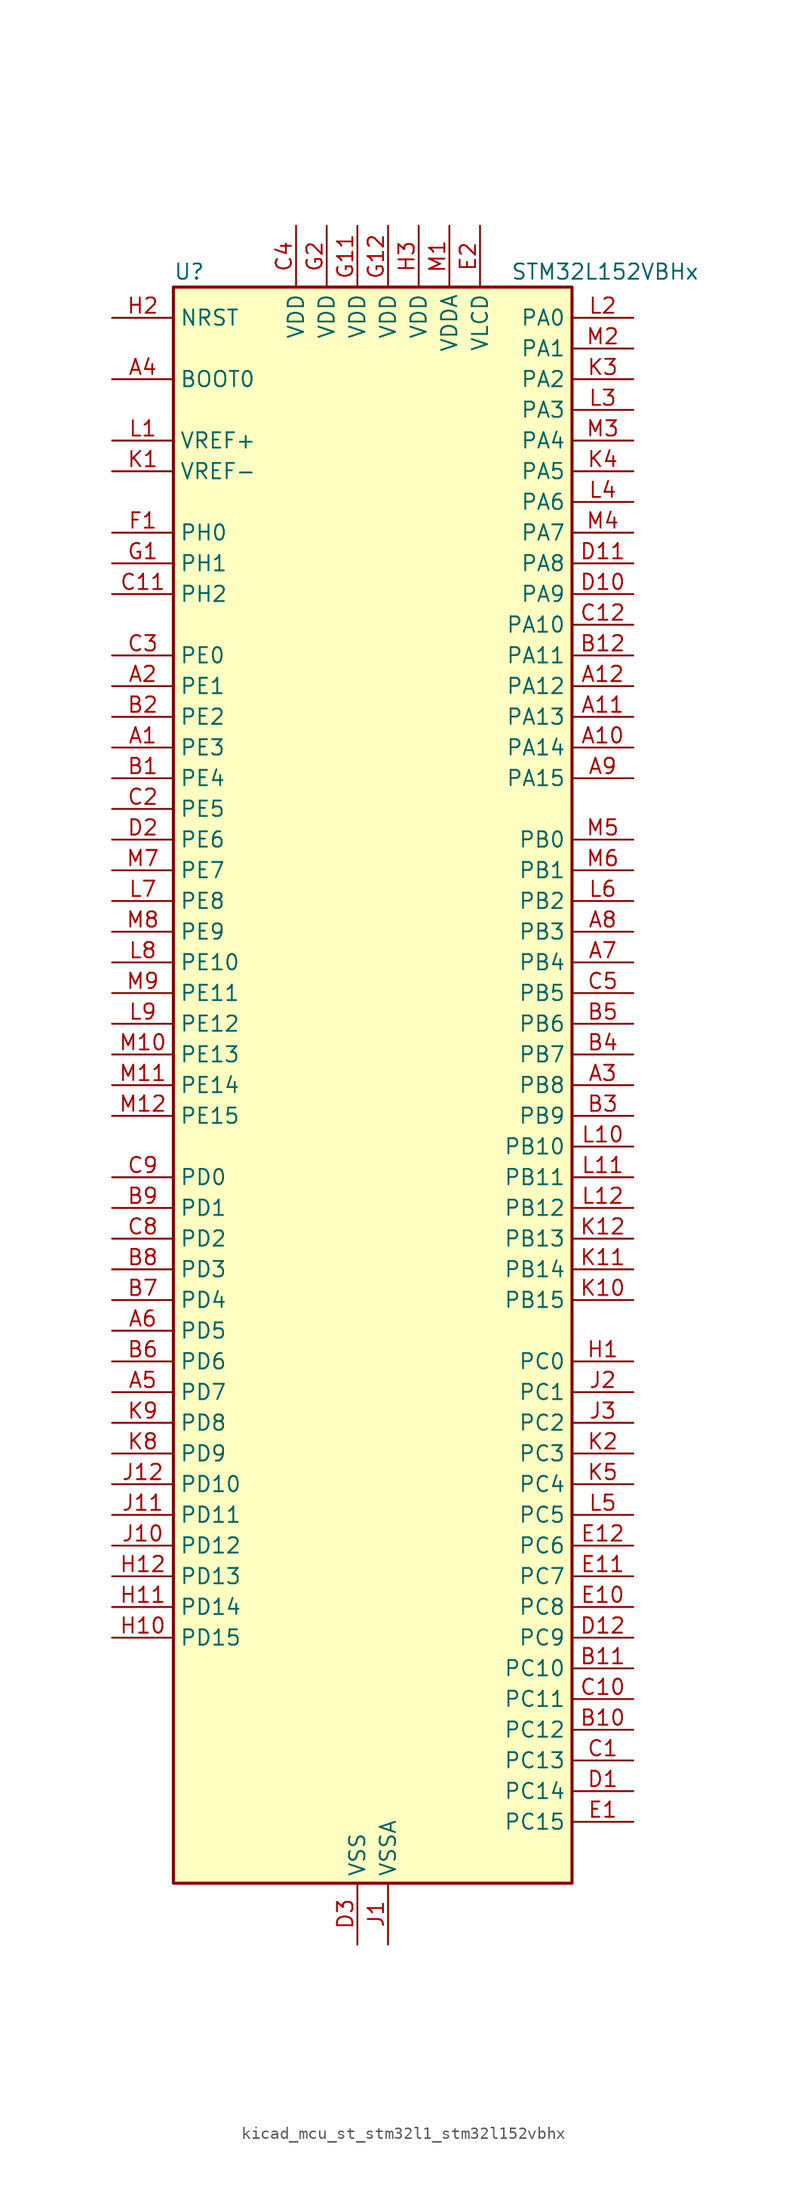
<source format=kicad_sym>
(kicad_symbol_lib
  (version 20220914)
  (generator kicad_symbol_editor)
  (symbol "kicad_mcu_st_stm32l1_stm32l152vbhx"
    (property "Reference" "U"
      (at -15.24 67.31 0)
      (effects (font (size 1.27 1.27)) (justify left)))
    (property "Value" "STM32L152VBHx"
      (at 12.7 67.31 0)
      (effects (font (size 1.27 1.27)) (justify left)))
    (property "ki_locked" ""
      (at 0 0 0)
      (effects (font (size 1.27 1.27))))
    (symbol "kicad_mcu_st_stm32l1_stm32l152vbhx_0_1"
      (rectangle (start -15.24 -66.04) (end 17.78 66.04) (stroke (width 0.254) (type default)) (fill (type background))))
    (symbol "kicad_mcu_st_stm32l1_stm32l152vbhx_1_1"
      (pin bidirectional line (at -20.32 27.94 0) (length 5.08) (name "PE3" (effects (font (size 1.27 1.27)))) (number "A1" (effects (font (size 1.27 1.27)))) (alternate "LCD_SEG39" bidirectional line) (alternate "SYS_TRACED0" bidirectional line) (alternate "TIM3_CH1" bidirectional line) (alternate "TIMX_IC4" bidirectional line))
      (pin bidirectional line (at 22.86 27.94 180) (length 5.08) (name "PA14" (effects (font (size 1.27 1.27)))) (number "A10" (effects (font (size 1.27 1.27)))) (alternate "SYS_JTCK-SWCLK" bidirectional line) (alternate "TIMX_IC3" bidirectional line) (alternate "TS_G5_IO2" bidirectional line))
      (pin bidirectional line (at 22.86 30.48 180) (length 5.08) (name "PA13" (effects (font (size 1.27 1.27)))) (number "A11" (effects (font (size 1.27 1.27)))) (alternate "SYS_JTMS-SWDIO" bidirectional line) (alternate "TIMX_IC2" bidirectional line) (alternate "TS_G5_IO1" bidirectional line))
      (pin bidirectional line (at 22.86 33.02 180) (length 5.08) (name "PA12" (effects (font (size 1.27 1.27)))) (number "A12" (effects (font (size 1.27 1.27)))) (alternate "SPI1_MOSI" bidirectional line) (alternate "TIMX_IC1" bidirectional line) (alternate "USART1_RTS" bidirectional line) (alternate "USB_DP" bidirectional line))
      (pin bidirectional line (at -20.32 33.02 0) (length 5.08) (name "PE1" (effects (font (size 1.27 1.27)))) (number "A2" (effects (font (size 1.27 1.27)))) (alternate "LCD_SEG37" bidirectional line) (alternate "TIM11_CH1" bidirectional line) (alternate "TIMX_IC2" bidirectional line))
      (pin bidirectional line (at 22.86 0 180) (length 5.08) (name "PB8" (effects (font (size 1.27 1.27)))) (number "A3" (effects (font (size 1.27 1.27)))) (alternate "I2C1_SCL" bidirectional line) (alternate "LCD_SEG16" bidirectional line) (alternate "TIM10_CH1" bidirectional line) (alternate "TIM4_CH3" bidirectional line))
      (pin input line (at -20.32 58.42 0) (length 5.08) (name "BOOT0" (effects (font (size 1.27 1.27)))) (number "A4" (effects (font (size 1.27 1.27)))))
      (pin bidirectional line (at -20.32 -25.4 0) (length 5.08) (name "PD7" (effects (font (size 1.27 1.27)))) (number "A5" (effects (font (size 1.27 1.27)))) (alternate "TIM9_CH2" bidirectional line) (alternate "TIMX_IC4" bidirectional line) (alternate "USART2_CK" bidirectional line))
      (pin bidirectional line (at -20.32 -20.32 0) (length 5.08) (name "PD5" (effects (font (size 1.27 1.27)))) (number "A6" (effects (font (size 1.27 1.27)))) (alternate "TIMX_IC2" bidirectional line) (alternate "USART2_TX" bidirectional line))
      (pin bidirectional line (at 22.86 10.16 180) (length 5.08) (name "PB4" (effects (font (size 1.27 1.27)))) (number "A7" (effects (font (size 1.27 1.27)))) (alternate "COMP2_INP" bidirectional line) (alternate "LCD_SEG8" bidirectional line) (alternate "SPI1_MISO" bidirectional line) (alternate "SYS_JTRST" bidirectional line) (alternate "TIM3_CH1" bidirectional line) (alternate "TS_G6_IO1" bidirectional line))
      (pin bidirectional line (at 22.86 12.7 180) (length 5.08) (name "PB3" (effects (font (size 1.27 1.27)))) (number "A8" (effects (font (size 1.27 1.27)))) (alternate "COMP2_INM" bidirectional line) (alternate "LCD_SEG7" bidirectional line) (alternate "SPI1_SCK" bidirectional line) (alternate "SYS_JTDO-TRACESWO" bidirectional line) (alternate "TIM2_CH2" bidirectional line))
      (pin bidirectional line (at 22.86 25.4 180) (length 5.08) (name "PA15" (effects (font (size 1.27 1.27)))) (number "A9" (effects (font (size 1.27 1.27)))) (alternate "ADC_EXTI15" bidirectional line) (alternate "LCD_SEG17" bidirectional line) (alternate "SPI1_NSS" bidirectional line) (alternate "SYS_JTDI" bidirectional line) (alternate "TIM2_CH1" bidirectional line) (alternate "TIM2_ETR" bidirectional line) (alternate "TIMX_IC4" bidirectional line) (alternate "TS_G5_IO3" bidirectional line))
      (pin bidirectional line (at -20.32 25.4 0) (length 5.08) (name "PE4" (effects (font (size 1.27 1.27)))) (number "B1" (effects (font (size 1.27 1.27)))) (alternate "SYS_TRACED1" bidirectional line) (alternate "TIM3_CH2" bidirectional line) (alternate "TIMX_IC1" bidirectional line))
      (pin bidirectional line (at 22.86 -53.34 180) (length 5.08) (name "PC12" (effects (font (size 1.27 1.27)))) (number "B10" (effects (font (size 1.27 1.27)))) (alternate "LCD_COM6" bidirectional line) (alternate "LCD_SEG30" bidirectional line) (alternate "LCD_SEG42" bidirectional line) (alternate "TIMX_IC1" bidirectional line) (alternate "USART3_CK" bidirectional line))
      (pin bidirectional line (at 22.86 -48.26 180) (length 5.08) (name "PC10" (effects (font (size 1.27 1.27)))) (number "B11" (effects (font (size 1.27 1.27)))) (alternate "LCD_COM4" bidirectional line) (alternate "LCD_SEG28" bidirectional line) (alternate "LCD_SEG40" bidirectional line) (alternate "TIMX_IC3" bidirectional line) (alternate "USART3_TX" bidirectional line))
      (pin bidirectional line (at 22.86 35.56 180) (length 5.08) (name "PA11" (effects (font (size 1.27 1.27)))) (number "B12" (effects (font (size 1.27 1.27)))) (alternate "ADC_EXTI11" bidirectional line) (alternate "SPI1_MISO" bidirectional line) (alternate "TIMX_IC4" bidirectional line) (alternate "USART1_CTS" bidirectional line) (alternate "USB_DM" bidirectional line))
      (pin bidirectional line (at -20.32 30.48 0) (length 5.08) (name "PE2" (effects (font (size 1.27 1.27)))) (number "B2" (effects (font (size 1.27 1.27)))) (alternate "LCD_SEG38" bidirectional line) (alternate "SYS_TRACECK" bidirectional line) (alternate "TIM3_ETR" bidirectional line) (alternate "TIMX_IC3" bidirectional line))
      (pin bidirectional line (at 22.86 -2.54 180) (length 5.08) (name "PB9" (effects (font (size 1.27 1.27)))) (number "B3" (effects (font (size 1.27 1.27)))) (alternate "DAC_EXTI9" bidirectional line) (alternate "I2C1_SDA" bidirectional line) (alternate "LCD_COM3" bidirectional line) (alternate "TIM11_CH1" bidirectional line) (alternate "TIM4_CH4" bidirectional line))
      (pin bidirectional line (at 22.86 2.54 180) (length 5.08) (name "PB7" (effects (font (size 1.27 1.27)))) (number "B4" (effects (font (size 1.27 1.27)))) (alternate "I2C1_SDA" bidirectional line) (alternate "SYS_PVD_IN" bidirectional line) (alternate "TIM4_CH2" bidirectional line) (alternate "USART1_RX" bidirectional line))
      (pin bidirectional line (at 22.86 5.08 180) (length 5.08) (name "PB6" (effects (font (size 1.27 1.27)))) (number "B5" (effects (font (size 1.27 1.27)))) (alternate "I2C1_SCL" bidirectional line) (alternate "TIM4_CH1" bidirectional line) (alternate "USART1_TX" bidirectional line))
      (pin bidirectional line (at -20.32 -22.86 0) (length 5.08) (name "PD6" (effects (font (size 1.27 1.27)))) (number "B6" (effects (font (size 1.27 1.27)))) (alternate "TIMX_IC3" bidirectional line) (alternate "USART2_RX" bidirectional line))
      (pin bidirectional line (at -20.32 -17.78 0) (length 5.08) (name "PD4" (effects (font (size 1.27 1.27)))) (number "B7" (effects (font (size 1.27 1.27)))) (alternate "SPI2_MOSI" bidirectional line) (alternate "TIMX_IC1" bidirectional line) (alternate "USART2_RTS" bidirectional line))
      (pin bidirectional line (at -20.32 -15.24 0) (length 5.08) (name "PD3" (effects (font (size 1.27 1.27)))) (number "B8" (effects (font (size 1.27 1.27)))) (alternate "SPI2_MISO" bidirectional line) (alternate "TIMX_IC4" bidirectional line) (alternate "USART2_CTS" bidirectional line))
      (pin bidirectional line (at -20.32 -10.16 0) (length 5.08) (name "PD1" (effects (font (size 1.27 1.27)))) (number "B9" (effects (font (size 1.27 1.27)))) (alternate "SPI2_SCK" bidirectional line) (alternate "TIMX_IC2" bidirectional line))
      (pin bidirectional line (at 22.86 -55.88 180) (length 5.08) (name "PC13" (effects (font (size 1.27 1.27)))) (number "C1" (effects (font (size 1.27 1.27)))) (alternate "RTC_OUT_ALARM" bidirectional line) (alternate "RTC_OUT_CALIB" bidirectional line) (alternate "RTC_TAMP1" bidirectional line) (alternate "RTC_TS" bidirectional line) (alternate "SYS_WKUP2" bidirectional line) (alternate "TIMX_IC2" bidirectional line))
      (pin bidirectional line (at 22.86 -50.8 180) (length 5.08) (name "PC11" (effects (font (size 1.27 1.27)))) (number "C10" (effects (font (size 1.27 1.27)))) (alternate "ADC_EXTI11" bidirectional line) (alternate "LCD_COM5" bidirectional line) (alternate "LCD_SEG29" bidirectional line) (alternate "LCD_SEG41" bidirectional line) (alternate "TIMX_IC4" bidirectional line) (alternate "USART3_RX" bidirectional line))
      (pin bidirectional line (at -20.32 40.64 0) (length 5.08) (name "PH2" (effects (font (size 1.27 1.27)))) (number "C11" (effects (font (size 1.27 1.27)))))
      (pin bidirectional line (at 22.86 38.1 180) (length 5.08) (name "PA10" (effects (font (size 1.27 1.27)))) (number "C12" (effects (font (size 1.27 1.27)))) (alternate "LCD_COM2" bidirectional line) (alternate "TIMX_IC3" bidirectional line) (alternate "TS_G4_IO3" bidirectional line) (alternate "USART1_RX" bidirectional line))
      (pin bidirectional line (at -20.32 22.86 0) (length 5.08) (name "PE5" (effects (font (size 1.27 1.27)))) (number "C2" (effects (font (size 1.27 1.27)))) (alternate "SYS_TRACED2" bidirectional line) (alternate "TIM9_CH1" bidirectional line) (alternate "TIMX_IC2" bidirectional line))
      (pin bidirectional line (at -20.32 35.56 0) (length 5.08) (name "PE0" (effects (font (size 1.27 1.27)))) (number "C3" (effects (font (size 1.27 1.27)))) (alternate "LCD_SEG36" bidirectional line) (alternate "TIM10_CH1" bidirectional line) (alternate "TIM4_ETR" bidirectional line) (alternate "TIMX_IC1" bidirectional line))
      (pin power_in line (at -5.08 71.12 270) (length 5.08) (name "VDD" (effects (font (size 1.27 1.27)))) (number "C4" (effects (font (size 1.27 1.27)))))
      (pin bidirectional line (at 22.86 7.62 180) (length 5.08) (name "PB5" (effects (font (size 1.27 1.27)))) (number "C5" (effects (font (size 1.27 1.27)))) (alternate "COMP2_INP" bidirectional line) (alternate "I2C1_SMBA" bidirectional line) (alternate "LCD_SEG9" bidirectional line) (alternate "SPI1_MOSI" bidirectional line) (alternate "TIM3_CH2" bidirectional line) (alternate "TS_G6_IO2" bidirectional line))
      (pin bidirectional line (at -20.32 -12.7 0) (length 5.08) (name "PD2" (effects (font (size 1.27 1.27)))) (number "C8" (effects (font (size 1.27 1.27)))) (alternate "LCD_COM7" bidirectional line) (alternate "LCD_SEG31" bidirectional line) (alternate "LCD_SEG43" bidirectional line) (alternate "TIM3_ETR" bidirectional line) (alternate "TIMX_IC3" bidirectional line))
      (pin bidirectional line (at -20.32 -7.62 0) (length 5.08) (name "PD0" (effects (font (size 1.27 1.27)))) (number "C9" (effects (font (size 1.27 1.27)))) (alternate "SPI2_NSS" bidirectional line) (alternate "TIM9_CH1" bidirectional line) (alternate "TIMX_IC1" bidirectional line))
      (pin bidirectional line (at 22.86 -58.42 180) (length 5.08) (name "PC14" (effects (font (size 1.27 1.27)))) (number "D1" (effects (font (size 1.27 1.27)))) (alternate "RCC_OSC32_IN" bidirectional line) (alternate "TIMX_IC3" bidirectional line))
      (pin bidirectional line (at 22.86 40.64 180) (length 5.08) (name "PA9" (effects (font (size 1.27 1.27)))) (number "D10" (effects (font (size 1.27 1.27)))) (alternate "DAC_EXTI9" bidirectional line) (alternate "LCD_COM1" bidirectional line) (alternate "TIMX_IC2" bidirectional line) (alternate "TS_G4_IO2" bidirectional line) (alternate "USART1_TX" bidirectional line))
      (pin bidirectional line (at 22.86 43.18 180) (length 5.08) (name "PA8" (effects (font (size 1.27 1.27)))) (number "D11" (effects (font (size 1.27 1.27)))) (alternate "LCD_COM0" bidirectional line) (alternate "RCC_MCO" bidirectional line) (alternate "TIMX_IC1" bidirectional line) (alternate "TS_G4_IO1" bidirectional line) (alternate "USART1_CK" bidirectional line))
      (pin bidirectional line (at 22.86 -45.72 180) (length 5.08) (name "PC9" (effects (font (size 1.27 1.27)))) (number "D12" (effects (font (size 1.27 1.27)))) (alternate "DAC_EXTI9" bidirectional line) (alternate "LCD_SEG27" bidirectional line) (alternate "TIM3_CH4" bidirectional line) (alternate "TIMX_IC2" bidirectional line) (alternate "TS_G10_IO4" bidirectional line))
      (pin bidirectional line (at -20.32 20.32 0) (length 5.08) (name "PE6" (effects (font (size 1.27 1.27)))) (number "D2" (effects (font (size 1.27 1.27)))) (alternate "SYS_TRACED3" bidirectional line) (alternate "SYS_WKUP3" bidirectional line) (alternate "TIM9_CH2" bidirectional line) (alternate "TIMX_IC3" bidirectional line))
      (pin power_in line (at 0 -71.12 90) (length 5.08) (name "VSS" (effects (font (size 1.27 1.27)))) (number "D3" (effects (font (size 1.27 1.27)))))
      (pin bidirectional line (at 22.86 -60.96 180) (length 5.08) (name "PC15" (effects (font (size 1.27 1.27)))) (number "E1" (effects (font (size 1.27 1.27)))) (alternate "ADC_EXTI15" bidirectional line) (alternate "RCC_OSC32_OUT" bidirectional line) (alternate "TIMX_IC4" bidirectional line))
      (pin bidirectional line (at 22.86 -43.18 180) (length 5.08) (name "PC8" (effects (font (size 1.27 1.27)))) (number "E10" (effects (font (size 1.27 1.27)))) (alternate "LCD_SEG26" bidirectional line) (alternate "TIM3_CH3" bidirectional line) (alternate "TIMX_IC1" bidirectional line) (alternate "TS_G10_IO3" bidirectional line))
      (pin bidirectional line (at 22.86 -40.64 180) (length 5.08) (name "PC7" (effects (font (size 1.27 1.27)))) (number "E11" (effects (font (size 1.27 1.27)))) (alternate "LCD_SEG25" bidirectional line) (alternate "TIM3_CH2" bidirectional line) (alternate "TIMX_IC4" bidirectional line) (alternate "TS_G10_IO2" bidirectional line))
      (pin bidirectional line (at 22.86 -38.1 180) (length 5.08) (name "PC6" (effects (font (size 1.27 1.27)))) (number "E12" (effects (font (size 1.27 1.27)))) (alternate "LCD_SEG24" bidirectional line) (alternate "TIM3_CH1" bidirectional line) (alternate "TIMX_IC3" bidirectional line) (alternate "TS_G10_IO1" bidirectional line))
      (pin power_in line (at 10.16 71.12 270) (length 5.08) (name "VLCD" (effects (font (size 1.27 1.27)))) (number "E2" (effects (font (size 1.27 1.27)))))
      (pin passive line (at 0 -71.12 90) (length 5.08) hide (name "VSS" (effects (font (size 1.27 1.27)))) (number "E3" (effects (font (size 1.27 1.27)))))
      (pin bidirectional line (at -20.32 45.72 0) (length 5.08) (name "PH0" (effects (font (size 1.27 1.27)))) (number "F1" (effects (font (size 1.27 1.27)))) (alternate "RCC_OSC_IN" bidirectional line))
      (pin passive line (at 0 -71.12 90) (length 5.08) hide (name "VSS" (effects (font (size 1.27 1.27)))) (number "F11" (effects (font (size 1.27 1.27)))))
      (pin passive line (at 0 -71.12 90) (length 5.08) hide (name "VSS" (effects (font (size 1.27 1.27)))) (number "F12" (effects (font (size 1.27 1.27)))))
      (pin passive line (at 0 -71.12 90) (length 5.08) hide (name "VSS" (effects (font (size 1.27 1.27)))) (number "F2" (effects (font (size 1.27 1.27)))))
      (pin bidirectional line (at -20.32 43.18 0) (length 5.08) (name "PH1" (effects (font (size 1.27 1.27)))) (number "G1" (effects (font (size 1.27 1.27)))) (alternate "RCC_OSC_OUT" bidirectional line))
      (pin power_in line (at 0 71.12 270) (length 5.08) (name "VDD" (effects (font (size 1.27 1.27)))) (number "G11" (effects (font (size 1.27 1.27)))))
      (pin power_in line (at 2.54 71.12 270) (length 5.08) (name "VDD" (effects (font (size 1.27 1.27)))) (number "G12" (effects (font (size 1.27 1.27)))))
      (pin power_in line (at -2.54 71.12 270) (length 5.08) (name "VDD" (effects (font (size 1.27 1.27)))) (number "G2" (effects (font (size 1.27 1.27)))))
      (pin bidirectional line (at 22.86 -22.86 180) (length 5.08) (name "PC0" (effects (font (size 1.27 1.27)))) (number "H1" (effects (font (size 1.27 1.27)))) (alternate "ADC_IN10" bidirectional line) (alternate "COMP1_INP" bidirectional line) (alternate "LCD_SEG18" bidirectional line) (alternate "TIMX_IC1" bidirectional line) (alternate "TS_G8_IO1" bidirectional line))
      (pin bidirectional line (at -20.32 -45.72 0) (length 5.08) (name "PD15" (effects (font (size 1.27 1.27)))) (number "H10" (effects (font (size 1.27 1.27)))) (alternate "ADC_EXTI15" bidirectional line) (alternate "LCD_SEG35" bidirectional line) (alternate "TIM4_CH4" bidirectional line) (alternate "TIMX_IC4" bidirectional line))
      (pin bidirectional line (at -20.32 -43.18 0) (length 5.08) (name "PD14" (effects (font (size 1.27 1.27)))) (number "H11" (effects (font (size 1.27 1.27)))) (alternate "LCD_SEG34" bidirectional line) (alternate "TIM4_CH3" bidirectional line) (alternate "TIMX_IC3" bidirectional line))
      (pin bidirectional line (at -20.32 -40.64 0) (length 5.08) (name "PD13" (effects (font (size 1.27 1.27)))) (number "H12" (effects (font (size 1.27 1.27)))) (alternate "LCD_SEG33" bidirectional line) (alternate "TIM4_CH2" bidirectional line) (alternate "TIMX_IC2" bidirectional line))
      (pin input line (at -20.32 63.5 0) (length 5.08) (name "NRST" (effects (font (size 1.27 1.27)))) (number "H2" (effects (font (size 1.27 1.27)))))
      (pin power_in line (at 5.08 71.12 270) (length 5.08) (name "VDD" (effects (font (size 1.27 1.27)))) (number "H3" (effects (font (size 1.27 1.27)))))
      (pin power_in line (at 2.54 -71.12 90) (length 5.08) (name "VSSA" (effects (font (size 1.27 1.27)))) (number "J1" (effects (font (size 1.27 1.27)))))
      (pin bidirectional line (at -20.32 -38.1 0) (length 5.08) (name "PD12" (effects (font (size 1.27 1.27)))) (number "J10" (effects (font (size 1.27 1.27)))) (alternate "LCD_SEG32" bidirectional line) (alternate "TIM4_CH1" bidirectional line) (alternate "TIMX_IC1" bidirectional line) (alternate "USART3_RTS" bidirectional line))
      (pin bidirectional line (at -20.32 -35.56 0) (length 5.08) (name "PD11" (effects (font (size 1.27 1.27)))) (number "J11" (effects (font (size 1.27 1.27)))) (alternate "ADC_EXTI11" bidirectional line) (alternate "LCD_SEG31" bidirectional line) (alternate "TIMX_IC4" bidirectional line) (alternate "USART3_CTS" bidirectional line))
      (pin bidirectional line (at -20.32 -33.02 0) (length 5.08) (name "PD10" (effects (font (size 1.27 1.27)))) (number "J12" (effects (font (size 1.27 1.27)))) (alternate "LCD_SEG30" bidirectional line) (alternate "TIMX_IC3" bidirectional line) (alternate "USART3_CK" bidirectional line))
      (pin bidirectional line (at 22.86 -25.4 180) (length 5.08) (name "PC1" (effects (font (size 1.27 1.27)))) (number "J2" (effects (font (size 1.27 1.27)))) (alternate "ADC_IN11" bidirectional line) (alternate "COMP1_INP" bidirectional line) (alternate "LCD_SEG19" bidirectional line) (alternate "TIMX_IC2" bidirectional line) (alternate "TS_G8_IO2" bidirectional line))
      (pin bidirectional line (at 22.86 -27.94 180) (length 5.08) (name "PC2" (effects (font (size 1.27 1.27)))) (number "J3" (effects (font (size 1.27 1.27)))) (alternate "ADC_IN12" bidirectional line) (alternate "COMP1_INP" bidirectional line) (alternate "LCD_SEG20" bidirectional line) (alternate "TIMX_IC3" bidirectional line) (alternate "TS_G8_IO3" bidirectional line))
      (pin input line (at -20.32 50.8 0) (length 5.08) (name "VREF-" (effects (font (size 1.27 1.27)))) (number "K1" (effects (font (size 1.27 1.27)))))
      (pin bidirectional line (at 22.86 -17.78 180) (length 5.08) (name "PB15" (effects (font (size 1.27 1.27)))) (number "K10" (effects (font (size 1.27 1.27)))) (alternate "ADC_EXTI15" bidirectional line) (alternate "ADC_IN21" bidirectional line) (alternate "COMP1_INP" bidirectional line) (alternate "LCD_SEG15" bidirectional line) (alternate "RTC_REFIN" bidirectional line) (alternate "SPI2_MOSI" bidirectional line) (alternate "TIM11_CH1" bidirectional line) (alternate "TS_G7_IO4" bidirectional line))
      (pin bidirectional line (at 22.86 -15.24 180) (length 5.08) (name "PB14" (effects (font (size 1.27 1.27)))) (number "K11" (effects (font (size 1.27 1.27)))) (alternate "ADC_IN20" bidirectional line) (alternate "COMP1_INP" bidirectional line) (alternate "LCD_SEG14" bidirectional line) (alternate "SPI2_MISO" bidirectional line) (alternate "TIM9_CH2" bidirectional line) (alternate "TS_G7_IO3" bidirectional line) (alternate "USART3_RTS" bidirectional line))
      (pin bidirectional line (at 22.86 -12.7 180) (length 5.08) (name "PB13" (effects (font (size 1.27 1.27)))) (number "K12" (effects (font (size 1.27 1.27)))) (alternate "ADC_IN19" bidirectional line) (alternate "COMP1_INP" bidirectional line) (alternate "LCD_SEG13" bidirectional line) (alternate "SPI2_SCK" bidirectional line) (alternate "TIM9_CH1" bidirectional line) (alternate "TS_G7_IO2" bidirectional line) (alternate "USART3_CTS" bidirectional line))
      (pin bidirectional line (at 22.86 -30.48 180) (length 5.08) (name "PC3" (effects (font (size 1.27 1.27)))) (number "K2" (effects (font (size 1.27 1.27)))) (alternate "ADC_IN13" bidirectional line) (alternate "COMP1_INP" bidirectional line) (alternate "LCD_SEG21" bidirectional line) (alternate "TIMX_IC4" bidirectional line) (alternate "TS_G8_IO4" bidirectional line))
      (pin bidirectional line (at 22.86 58.42 180) (length 5.08) (name "PA2" (effects (font (size 1.27 1.27)))) (number "K3" (effects (font (size 1.27 1.27)))) (alternate "ADC_IN2" bidirectional line) (alternate "COMP1_INP" bidirectional line) (alternate "LCD_SEG1" bidirectional line) (alternate "TIM2_CH3" bidirectional line) (alternate "TIM9_CH1" bidirectional line) (alternate "TIMX_IC3" bidirectional line) (alternate "TS_G1_IO3" bidirectional line) (alternate "USART2_TX" bidirectional line))
      (pin bidirectional line (at 22.86 50.8 180) (length 5.08) (name "PA5" (effects (font (size 1.27 1.27)))) (number "K4" (effects (font (size 1.27 1.27)))) (alternate "ADC_IN5" bidirectional line) (alternate "COMP1_INP" bidirectional line) (alternate "DAC_OUT2" bidirectional line) (alternate "SPI1_SCK" bidirectional line) (alternate "TIM2_CH1" bidirectional line) (alternate "TIM2_ETR" bidirectional line) (alternate "TIMX_IC2" bidirectional line))
      (pin bidirectional line (at 22.86 -33.02 180) (length 5.08) (name "PC4" (effects (font (size 1.27 1.27)))) (number "K5" (effects (font (size 1.27 1.27)))) (alternate "ADC_IN14" bidirectional line) (alternate "COMP1_INP" bidirectional line) (alternate "LCD_SEG22" bidirectional line) (alternate "TIMX_IC1" bidirectional line) (alternate "TS_G9_IO1" bidirectional line))
      (pin bidirectional line (at -20.32 -30.48 0) (length 5.08) (name "PD9" (effects (font (size 1.27 1.27)))) (number "K8" (effects (font (size 1.27 1.27)))) (alternate "DAC_EXTI9" bidirectional line) (alternate "LCD_SEG29" bidirectional line) (alternate "TIMX_IC2" bidirectional line) (alternate "USART3_RX" bidirectional line))
      (pin bidirectional line (at -20.32 -27.94 0) (length 5.08) (name "PD8" (effects (font (size 1.27 1.27)))) (number "K9" (effects (font (size 1.27 1.27)))) (alternate "LCD_SEG28" bidirectional line) (alternate "TIMX_IC1" bidirectional line) (alternate "USART3_TX" bidirectional line))
      (pin input line (at -20.32 53.34 0) (length 5.08) (name "VREF+" (effects (font (size 1.27 1.27)))) (number "L1" (effects (font (size 1.27 1.27)))))
      (pin bidirectional line (at 22.86 -5.08 180) (length 5.08) (name "PB10" (effects (font (size 1.27 1.27)))) (number "L10" (effects (font (size 1.27 1.27)))) (alternate "I2C2_SCL" bidirectional line) (alternate "LCD_SEG10" bidirectional line) (alternate "TIM2_CH3" bidirectional line) (alternate "USART3_TX" bidirectional line))
      (pin bidirectional line (at 22.86 -7.62 180) (length 5.08) (name "PB11" (effects (font (size 1.27 1.27)))) (number "L11" (effects (font (size 1.27 1.27)))) (alternate "ADC_EXTI11" bidirectional line) (alternate "I2C2_SDA" bidirectional line) (alternate "LCD_SEG11" bidirectional line) (alternate "TIM2_CH4" bidirectional line) (alternate "USART3_RX" bidirectional line))
      (pin bidirectional line (at 22.86 -10.16 180) (length 5.08) (name "PB12" (effects (font (size 1.27 1.27)))) (number "L12" (effects (font (size 1.27 1.27)))) (alternate "ADC_IN18" bidirectional line) (alternate "COMP1_INP" bidirectional line) (alternate "I2C2_SMBA" bidirectional line) (alternate "LCD_SEG12" bidirectional line) (alternate "SPI2_NSS" bidirectional line) (alternate "TIM10_CH1" bidirectional line) (alternate "TS_G7_IO1" bidirectional line) (alternate "USART3_CK" bidirectional line))
      (pin bidirectional line (at 22.86 63.5 180) (length 5.08) (name "PA0" (effects (font (size 1.27 1.27)))) (number "L2" (effects (font (size 1.27 1.27)))) (alternate "ADC_IN0" bidirectional line) (alternate "COMP1_INP" bidirectional line) (alternate "SYS_WKUP1" bidirectional line) (alternate "TIM2_CH1" bidirectional line) (alternate "TIM2_ETR" bidirectional line) (alternate "TIMX_IC1" bidirectional line) (alternate "TS_G1_IO1" bidirectional line) (alternate "USART2_CTS" bidirectional line))
      (pin bidirectional line (at 22.86 55.88 180) (length 5.08) (name "PA3" (effects (font (size 1.27 1.27)))) (number "L3" (effects (font (size 1.27 1.27)))) (alternate "ADC_IN3" bidirectional line) (alternate "COMP1_INP" bidirectional line) (alternate "LCD_SEG2" bidirectional line) (alternate "TIM2_CH4" bidirectional line) (alternate "TIM9_CH2" bidirectional line) (alternate "TIMX_IC4" bidirectional line) (alternate "TS_G1_IO4" bidirectional line) (alternate "USART2_RX" bidirectional line))
      (pin bidirectional line (at 22.86 48.26 180) (length 5.08) (name "PA6" (effects (font (size 1.27 1.27)))) (number "L4" (effects (font (size 1.27 1.27)))) (alternate "ADC_IN6" bidirectional line) (alternate "COMP1_INP" bidirectional line) (alternate "LCD_SEG3" bidirectional line) (alternate "SPI1_MISO" bidirectional line) (alternate "TIM10_CH1" bidirectional line) (alternate "TIM3_CH1" bidirectional line) (alternate "TIMX_IC3" bidirectional line) (alternate "TS_G2_IO1" bidirectional line))
      (pin bidirectional line (at 22.86 -35.56 180) (length 5.08) (name "PC5" (effects (font (size 1.27 1.27)))) (number "L5" (effects (font (size 1.27 1.27)))) (alternate "ADC_IN15" bidirectional line) (alternate "COMP1_INP" bidirectional line) (alternate "LCD_SEG23" bidirectional line) (alternate "TIMX_IC2" bidirectional line) (alternate "TS_G9_IO2" bidirectional line))
      (pin bidirectional line (at 22.86 15.24 180) (length 5.08) (name "PB2" (effects (font (size 1.27 1.27)))) (number "L6" (effects (font (size 1.27 1.27)))))
      (pin bidirectional line (at -20.32 15.24 0) (length 5.08) (name "PE8" (effects (font (size 1.27 1.27)))) (number "L7" (effects (font (size 1.27 1.27)))) (alternate "ADC_IN23" bidirectional line) (alternate "COMP1_INP" bidirectional line) (alternate "TIMX_IC1" bidirectional line))
      (pin bidirectional line (at -20.32 10.16 0) (length 5.08) (name "PE10" (effects (font (size 1.27 1.27)))) (number "L8" (effects (font (size 1.27 1.27)))) (alternate "ADC_IN25" bidirectional line) (alternate "COMP1_INP" bidirectional line) (alternate "TIM2_CH2" bidirectional line) (alternate "TIMX_IC3" bidirectional line))
      (pin bidirectional line (at -20.32 5.08 0) (length 5.08) (name "PE12" (effects (font (size 1.27 1.27)))) (number "L9" (effects (font (size 1.27 1.27)))) (alternate "SPI1_NSS" bidirectional line) (alternate "TIM2_CH4" bidirectional line) (alternate "TIMX_IC1" bidirectional line))
      (pin power_in line (at 7.62 71.12 270) (length 5.08) (name "VDDA" (effects (font (size 1.27 1.27)))) (number "M1" (effects (font (size 1.27 1.27)))))
      (pin bidirectional line (at -20.32 2.54 0) (length 5.08) (name "PE13" (effects (font (size 1.27 1.27)))) (number "M10" (effects (font (size 1.27 1.27)))) (alternate "SPI1_SCK" bidirectional line) (alternate "TIMX_IC2" bidirectional line))
      (pin bidirectional line (at -20.32 0 0) (length 5.08) (name "PE14" (effects (font (size 1.27 1.27)))) (number "M11" (effects (font (size 1.27 1.27)))) (alternate "SPI1_MISO" bidirectional line) (alternate "TIMX_IC3" bidirectional line))
      (pin bidirectional line (at -20.32 -2.54 0) (length 5.08) (name "PE15" (effects (font (size 1.27 1.27)))) (number "M12" (effects (font (size 1.27 1.27)))) (alternate "ADC_EXTI15" bidirectional line) (alternate "SPI1_MOSI" bidirectional line) (alternate "TIMX_IC4" bidirectional line))
      (pin bidirectional line (at 22.86 60.96 180) (length 5.08) (name "PA1" (effects (font (size 1.27 1.27)))) (number "M2" (effects (font (size 1.27 1.27)))) (alternate "ADC_IN1" bidirectional line) (alternate "COMP1_INP" bidirectional line) (alternate "LCD_SEG0" bidirectional line) (alternate "TIM2_CH2" bidirectional line) (alternate "TIMX_IC2" bidirectional line) (alternate "TS_G1_IO2" bidirectional line) (alternate "USART2_RTS" bidirectional line))
      (pin bidirectional line (at 22.86 53.34 180) (length 5.08) (name "PA4" (effects (font (size 1.27 1.27)))) (number "M3" (effects (font (size 1.27 1.27)))) (alternate "ADC_IN4" bidirectional line) (alternate "COMP1_INP" bidirectional line) (alternate "DAC_OUT1" bidirectional line) (alternate "SPI1_NSS" bidirectional line) (alternate "TIMX_IC1" bidirectional line) (alternate "USART2_CK" bidirectional line))
      (pin bidirectional line (at 22.86 45.72 180) (length 5.08) (name "PA7" (effects (font (size 1.27 1.27)))) (number "M4" (effects (font (size 1.27 1.27)))) (alternate "ADC_IN7" bidirectional line) (alternate "COMP1_INP" bidirectional line) (alternate "LCD_SEG4" bidirectional line) (alternate "SPI1_MOSI" bidirectional line) (alternate "TIM11_CH1" bidirectional line) (alternate "TIM3_CH2" bidirectional line) (alternate "TIMX_IC4" bidirectional line) (alternate "TS_G2_IO2" bidirectional line))
      (pin bidirectional line (at 22.86 20.32 180) (length 5.08) (name "PB0" (effects (font (size 1.27 1.27)))) (number "M5" (effects (font (size 1.27 1.27)))) (alternate "ADC_IN8" bidirectional line) (alternate "COMP1_INP" bidirectional line) (alternate "LCD_SEG5" bidirectional line) (alternate "SYS_V_REF_OUT" bidirectional line) (alternate "TIM3_CH3" bidirectional line) (alternate "TS_G3_IO1" bidirectional line))
      (pin bidirectional line (at 22.86 17.78 180) (length 5.08) (name "PB1" (effects (font (size 1.27 1.27)))) (number "M6" (effects (font (size 1.27 1.27)))) (alternate "ADC_IN9" bidirectional line) (alternate "COMP1_INP" bidirectional line) (alternate "LCD_SEG6" bidirectional line) (alternate "SYS_V_REF_OUT" bidirectional line) (alternate "TIM3_CH4" bidirectional line) (alternate "TS_G3_IO2" bidirectional line))
      (pin bidirectional line (at -20.32 17.78 0) (length 5.08) (name "PE7" (effects (font (size 1.27 1.27)))) (number "M7" (effects (font (size 1.27 1.27)))) (alternate "ADC_IN22" bidirectional line) (alternate "COMP1_INP" bidirectional line) (alternate "TIMX_IC4" bidirectional line))
      (pin bidirectional line (at -20.32 12.7 0) (length 5.08) (name "PE9" (effects (font (size 1.27 1.27)))) (number "M8" (effects (font (size 1.27 1.27)))) (alternate "ADC_IN24" bidirectional line) (alternate "COMP1_INP" bidirectional line) (alternate "DAC_EXTI9" bidirectional line) (alternate "TIM2_CH1" bidirectional line) (alternate "TIM2_ETR" bidirectional line) (alternate "TIMX_IC2" bidirectional line))
      (pin bidirectional line (at -20.32 7.62 0) (length 5.08) (name "PE11" (effects (font (size 1.27 1.27)))) (number "M9" (effects (font (size 1.27 1.27)))) (alternate "ADC_EXTI11" bidirectional line) (alternate "TIM2_CH3" bidirectional line) (alternate "TIMX_IC4" bidirectional line)))))
</source>
